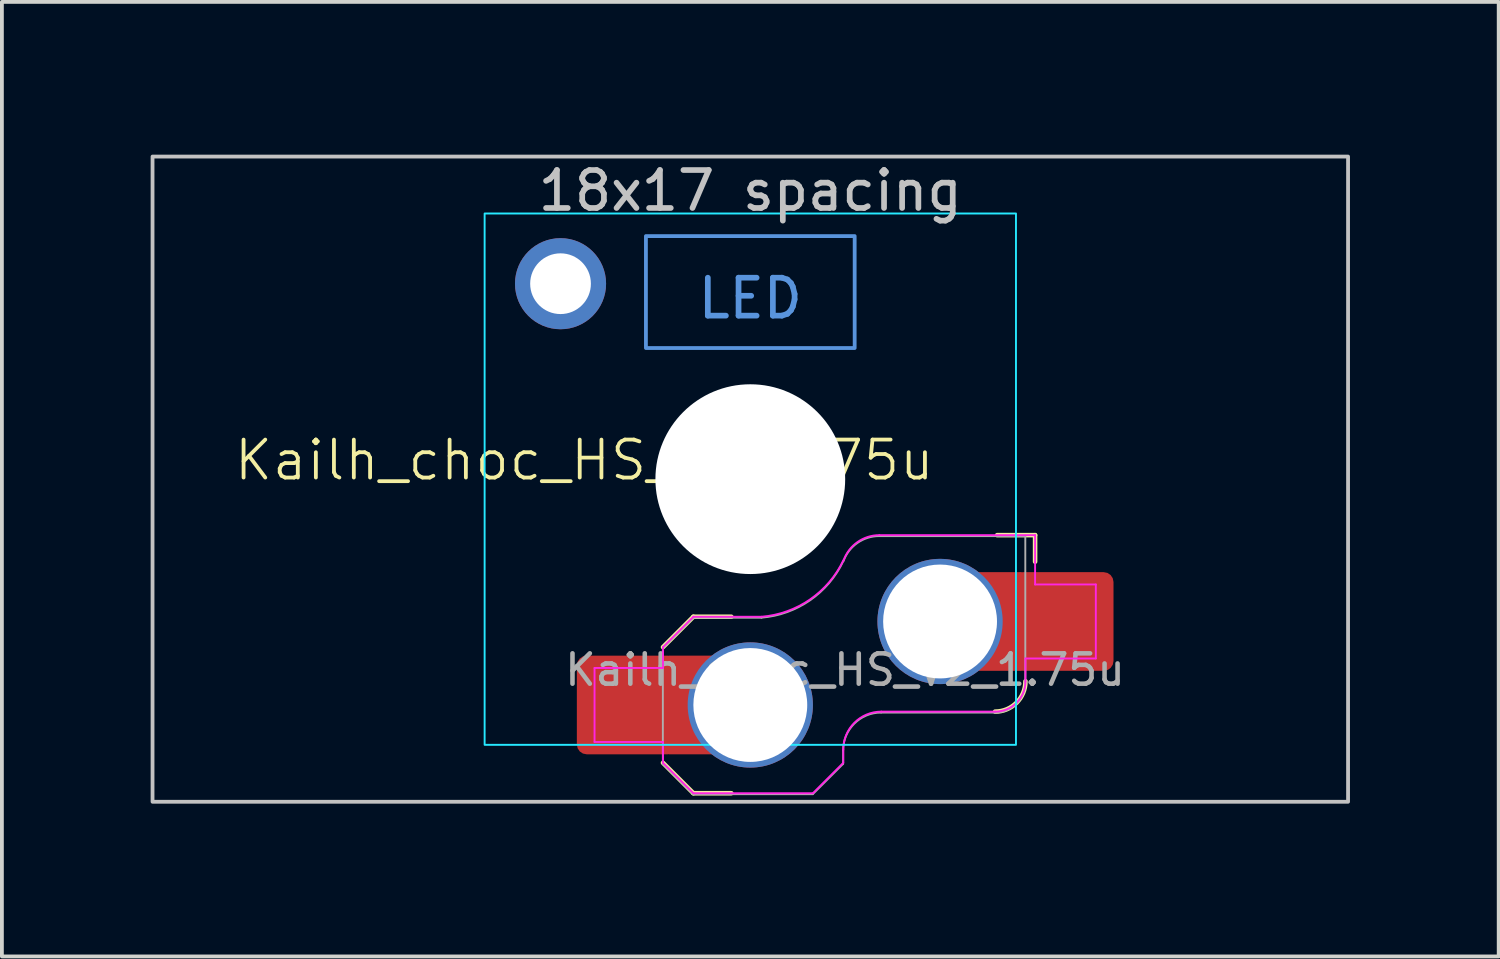
<source format=kicad_pcb>
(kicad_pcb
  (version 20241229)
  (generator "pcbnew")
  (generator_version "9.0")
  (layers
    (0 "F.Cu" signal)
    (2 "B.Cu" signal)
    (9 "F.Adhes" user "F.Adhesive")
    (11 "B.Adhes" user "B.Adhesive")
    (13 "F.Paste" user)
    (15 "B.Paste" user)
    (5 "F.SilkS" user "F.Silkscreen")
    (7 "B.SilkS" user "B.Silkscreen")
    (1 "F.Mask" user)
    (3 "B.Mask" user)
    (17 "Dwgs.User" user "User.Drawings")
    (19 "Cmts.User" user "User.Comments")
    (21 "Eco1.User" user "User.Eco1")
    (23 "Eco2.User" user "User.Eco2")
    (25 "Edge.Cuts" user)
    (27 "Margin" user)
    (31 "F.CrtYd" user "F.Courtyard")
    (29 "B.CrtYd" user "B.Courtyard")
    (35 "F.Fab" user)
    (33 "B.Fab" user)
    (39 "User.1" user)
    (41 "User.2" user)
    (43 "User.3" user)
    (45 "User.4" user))
  (footprint "Kailh_choc_HS_V2_1.75u"
    (layer "F.Cu")
    (at 16.719 9.575)
    (property "Reference" "Kailh_choc_HS_V2_1.75u" (at -4.375 -0.5 0) (unlocked yes) (layer "F.SilkS") (effects (font (size 1 1) (thickness 0.1))))
    (fp_line (start -2.3 7.475) (end -1.5 8.275) (stroke (width 0.12) (type solid)) (layer "F.SilkS"))
    (fp_line (start -1.5 3.625) (end -2.3 4.425) (stroke (width 0.12) (type solid)) (layer "F.SilkS"))
    (fp_line (start -1.5 3.625) (end -0.5 3.625) (stroke (width 0.12) (type solid)) (layer "F.SilkS"))
    (fp_line (start -1.5 8.275) (end -0.5 8.275) (stroke (width 0.12) (type solid)) (layer "F.SilkS"))
    (fp_line (start 7.504 1.475) (end 6.504 1.475) (stroke (width 0.12) (type solid)) (layer "F.SilkS"))
    (fp_line (start 7.504 1.475) (end 7.504 2.175) (stroke (width 0.12) (type solid)) (layer "F.SilkS"))
    (fp_arc (start 7.25 5.325) (mid 7.015685 5.890685) (end 6.45 6.125) (stroke (width 0.12) (type solid)) (layer "F.SilkS"))
    (fp_rect (start -15.75 -8.5) (end 15.75 8.5) (stroke (width 0.1) (type default)) (fill no) (layer "Dwgs.User"))
    (fp_rect (start -2.75 -6.405) (end 2.75 -3.455) (stroke (width 0.1) (type default)) (fill no) (layer "Cmts.User"))
    (fp_rect (start -16.669 -9.525) (end 16.669 9.525) (stroke (width 0.1) (type default)) (fill no) (layer "Eco1.User"))
    (fp_line (start -6.95 6.45) (end -6.95 -6.45) (stroke (width 0.05) (type solid)) (layer "Eco2.User"))
    (fp_line (start -6.45 -6.95) (end 6.45 -6.95) (stroke (width 0.05) (type solid)) (layer "Eco2.User"))
    (fp_line (start 6.45 6.95) (end -6.45 6.95) (stroke (width 0.05) (type solid)) (layer "Eco2.User"))
    (fp_line (start 6.95 -6.45) (end 6.95 6.45) (stroke (width 0.05) (type solid)) (layer "Eco2.User"))
    (fp_arc (start -6.95 -6.45) (mid -6.803553 -6.803553) (end -6.45 -6.95) (stroke (width 0.05) (type solid)) (layer "Eco2.User"))
    (fp_arc (start -6.45 6.95) (mid -6.803553 6.803553) (end -6.95 6.45) (stroke (width 0.05) (type solid)) (layer "Eco2.User"))
    (fp_arc (start 6.45 -6.95) (mid 6.803553 -6.803553) (end 6.95 -6.45) (stroke (width 0.05) (type solid)) (layer "Eco2.User"))
    (fp_arc (start 6.95 6.45) (mid 6.803553 6.803553) (end 6.45 6.95) (stroke (width 0.05) (type solid)) (layer "Eco2.User"))
    (fp_arc (start 6.95 6.45) (mid 6.803553 6.803553) (end 6.45 6.95) (stroke (width 0.05) (type solid)) (layer "Eco2.User"))
    (fp_rect (start -7 -7) (end 7 7) (stroke (width 0.05) (type default)) (fill no) (layer "B.CrtYd"))
    (fp_line (start -4.104 4.975) (end -4.104 6.925) (stroke (width 0.05) (type solid)) (layer "F.CrtYd"))
    (fp_line (start -4.104 4.975) (end -2.3 4.975) (stroke (width 0.05) (type solid)) (layer "F.CrtYd"))
    (fp_line (start -4.104 6.925) (end -2.3 6.925) (stroke (width 0.05) (type solid)) (layer "F.CrtYd"))
    (fp_line (start -2.3 4.975) (end -2.3 4.425) (stroke (width 0.05) (type solid)) (layer "F.CrtYd"))
    (fp_line (start -2.3 7.475) (end -2.3 6.925) (stroke (width 0.05) (type solid)) (layer "F.CrtYd"))
    (fp_line (start -2.3 7.475) (end -1.5 8.275) (stroke (width 0.05) (type solid)) (layer "F.CrtYd"))
    (fp_line (start -1.5 3.625) (end -2.3 4.425) (stroke (width 0.05) (type solid)) (layer "F.CrtYd"))
    (fp_line (start -1.5 3.625) (end 0.3 3.625) (stroke (width 0.05) (type solid)) (layer "F.CrtYd"))
    (fp_line (start -1.5 8.275) (end 1.65 8.275) (stroke (width 0.05) (type solid)) (layer "F.CrtYd"))
    (fp_line (start 2.45 7.475) (end 1.65 8.275) (stroke (width 0.05) (type solid)) (layer "F.CrtYd"))
    (fp_line (start 2.45 7.475) (end 2.45 7.125) (stroke (width 0.05) (type solid)) (layer "F.CrtYd"))
    (fp_line (start 3.45 6.125) (end 6.45 6.125) (stroke (width 0.05) (type solid)) (layer "F.CrtYd"))
    (fp_line (start 7.25 4.725) (end 9.104 4.725) (stroke (width 0.05) (type solid)) (layer "F.CrtYd"))
    (fp_line (start 7.25 5.325) (end 7.25 4.725) (stroke (width 0.05) (type solid)) (layer "F.CrtYd"))
    (fp_line (start 7.504 1.475) (end 3.4 1.475) (stroke (width 0.05) (type solid)) (layer "F.CrtYd"))
    (fp_line (start 7.504 1.475) (end 7.504 2.175) (stroke (width 0.05) (type solid)) (layer "F.CrtYd"))
    (fp_line (start 7.504 2.175) (end 7.504 2.775) (stroke (width 0.05) (type solid)) (layer "F.CrtYd"))
    (fp_line (start 9.104 2.775) (end 7.504 2.775) (stroke (width 0.05) (type solid)) (layer "F.CrtYd"))
    (fp_line (start 9.104 4.725) (end 9.104 2.775) (stroke (width 0.05) (type solid)) (layer "F.CrtYd"))
    (fp_arc (start 2.45 7.125) (mid 2.742893 6.417893) (end 3.45 6.125) (stroke (width 0.05) (type solid)) (layer "F.CrtYd"))
    (fp_arc (start 2.455444 2.13293) (mid 1.577272 3.167235) (end 0.299999 3.624999) (stroke (width 0.05) (type solid)) (layer "F.CrtYd"))
    (fp_arc (start 2.460307 2.13298) (mid 2.826423 1.655848) (end 3.4 1.475) (stroke (width 0.05) (type solid)) (layer "F.CrtYd"))
    (fp_arc (start 7.25 5.325) (mid 7.015685 5.890685) (end 6.45 6.125) (stroke (width 0.05) (type solid)) (layer "F.CrtYd"))
    (fp_line (start -2.304 7.5) (end -2.304 4.45) (stroke (width 0.05) (type solid)) (layer "F.Fab"))
    (fp_line (start -2.304 7.5) (end -1.504 8.3) (stroke (width 0.05) (type solid)) (layer "F.Fab"))
    (fp_line (start -1.504 3.65) (end -2.304 4.45) (stroke (width 0.05) (type solid)) (layer "F.Fab"))
    (fp_line (start -1.504 3.65) (end 0.296 3.65) (stroke (width 0.05) (type solid)) (layer "F.Fab"))
    (fp_line (start -1.504 8.3) (end 1.646 8.3) (stroke (width 0.05) (type solid)) (layer "F.Fab"))
    (fp_line (start 2.446 7.5) (end 1.646 8.3) (stroke (width 0.05) (type solid)) (layer "F.Fab"))
    (fp_line (start 2.446 7.5) (end 2.446 7.15) (stroke (width 0.05) (type solid)) (layer "F.Fab"))
    (fp_line (start 3.446 6.15) (end 6.446 6.15) (stroke (width 0.05) (type solid)) (layer "F.Fab"))
    (fp_line (start 7.246 1.5) (end 3.396 1.5) (stroke (width 0.05) (type solid)) (layer "F.Fab"))
    (fp_line (start 7.246 5.35) (end 7.246 1.5) (stroke (width 0.05) (type solid)) (layer "F.Fab"))
    (fp_arc (start 2.446 7.15) (mid 2.738893 6.442893) (end 3.446 6.15) (stroke (width 0.05) (type solid)) (layer "F.Fab"))
    (fp_arc (start 2.451444 2.15793) (mid 1.573272 3.192235) (end 0.295999 3.649999) (stroke (width 0.05) (type solid)) (layer "F.Fab"))
    (fp_arc (start 2.456307 2.15798) (mid 2.822423 1.680848) (end 3.396 1.5) (stroke (width 0.05) (type solid)) (layer "F.Fab"))
    (fp_arc (start 7.246 5.35) (mid 7.011685 5.915685) (end 6.446 6.15) (stroke (width 0.05) (type solid)) (layer "F.Fab"))
    (fp_text user "18x17 spacing" (at 0 -7.6 0) (layer "Dwgs.User") (effects (font (size 1 1) (thickness 0.15))))
    (fp_text user "LED" (at 0 -4.763 0) (unlocked yes) (layer "Cmts.User") (effects (font (size 1 1) (thickness 0.15))))
    (fp_text user "19.05 spacing" (at 0 -8.7 0) (layer "Eco1.User") (effects (font (size 1 1) (thickness 0.15))))
    (fp_text user "${REFERENCE}" (at 2.496 5.025 0) (layer "F.Fab") (effects (font (size 0.8 0.8) (thickness 0.12))))
    (pad "" np_thru_hole circle (at 0 0 180) (size 5 5) (drill 5) (layers "*.Cu" "*.Mask"))
    (pad "1" thru_hole circle (at 5 3.75) (size 3.3 3.3) (drill 3) (property pad_prop_mechanical) (layers "*.Cu" "F.Mask"))
    (pad "1" smd rect (at 6.55 3.75) (size 1.2 2.6) (layers "F.Cu"))
    (pad "1" smd roundrect (at 8.245 3.75) (size 2.65 2.6) (layers "F.Cu" "F.Mask" "F.Paste") (roundrect_rratio 0.1))
    (pad "2" smd roundrect (at -3.245 5.95) (size 2.65 2.6) (layers "F.Cu" "F.Mask" "F.Paste") (roundrect_rratio 0.1))
    (pad "2" smd rect (at -1.55 5.95 180) (size 1.2 2.6) (layers "F.Cu"))
    (pad "2" thru_hole circle (at 0 5.95) (size 3.3 3.3) (drill 3) (property pad_prop_mechanical) (layers "*.Cu" "F.Mask"))
    (pad "MP" thru_hole circle (at -5 -5.15 180) (size 2.4 2.4) (drill 1.6) (layers "*.Cu" "F.Mask")))
  (gr_rect
    (start -3 -3)
    (end 36.438 22.15)
    (stroke (width 0.1) (type default))
    (fill no)
    (layer "Edge.Cuts")))
</source>
